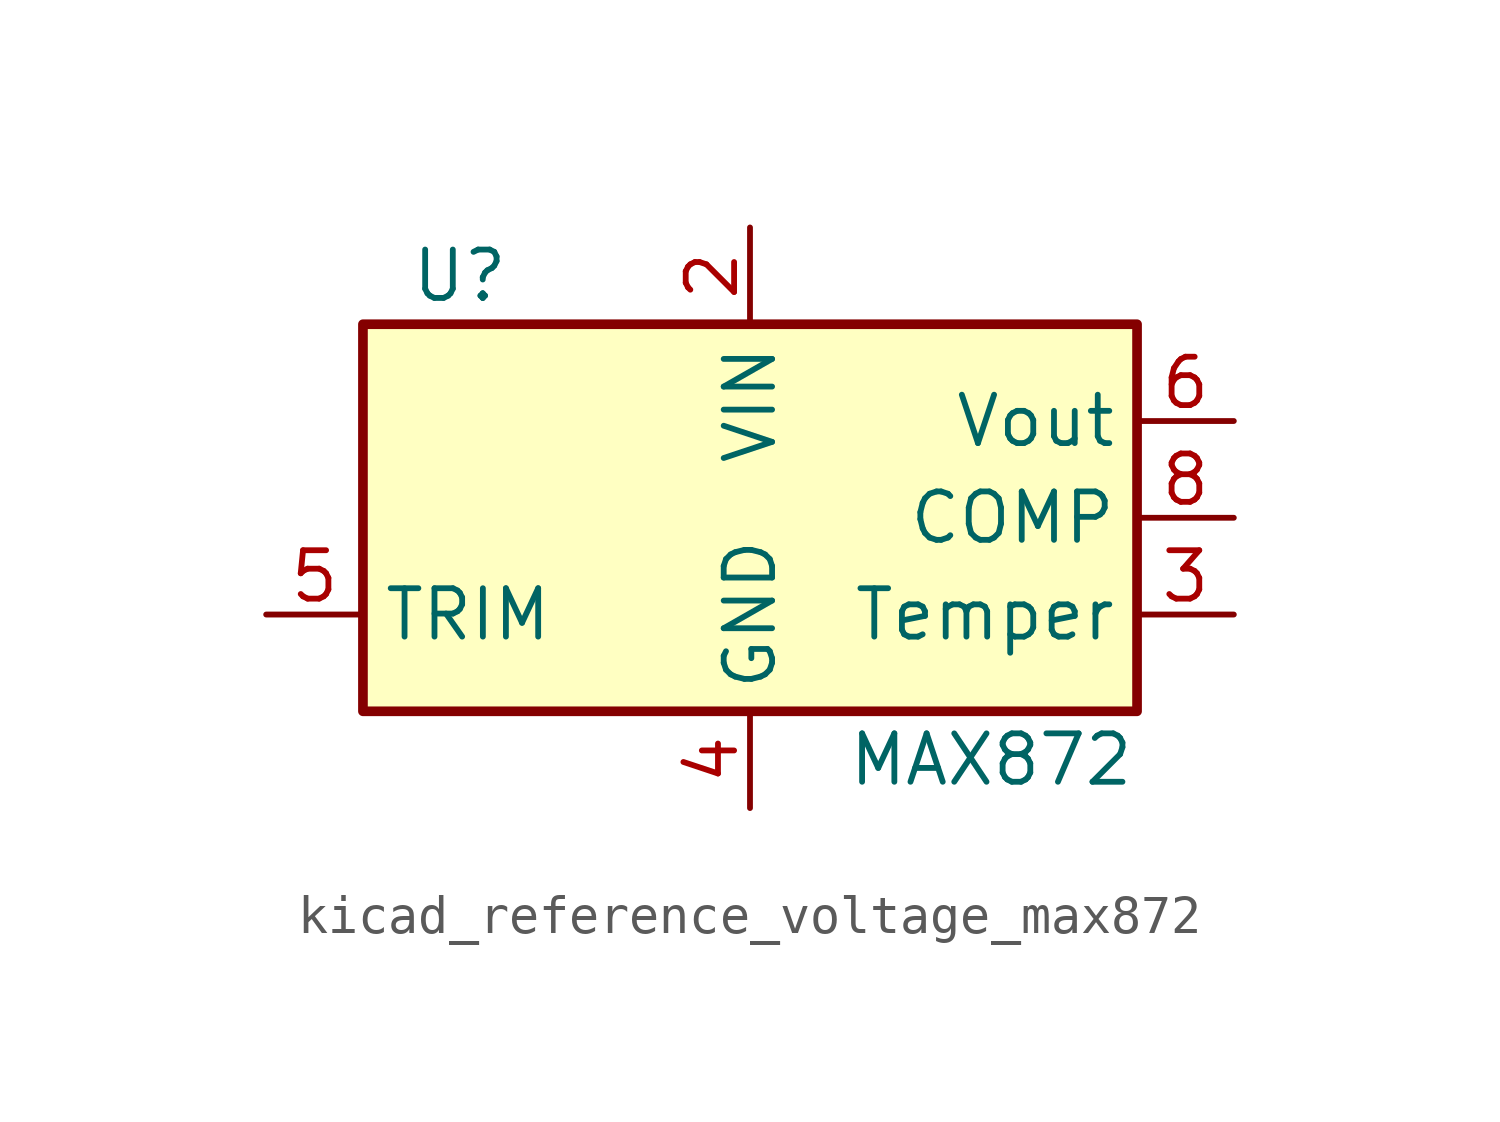
<source format=kicad_sym>
(kicad_symbol_lib
  (version 20220914)
  (generator kicad_symbol_editor)
  (symbol "kicad_reference_voltage_max872"
    (property "Reference" "U"
      (at -7.62 6.35 0)
      (effects (font (size 1.27 1.27))))
    (property "Value" "MAX872"
      (at 2.54 -6.35 0)
      (effects (font (size 1.27 1.27)) (justify left)))
    (symbol "kicad_reference_voltage_max872_0_1"
      (rectangle (start -10.16 5.08) (end 10.16 -5.08) (stroke (width 0.254) (type default)) (fill (type background))))
    (symbol "kicad_reference_voltage_max872_1_1"
      (pin no_connect line (at -10.16 0 0) (length 2.54) hide (name "IC" (effects (font (size 1.27 1.27)))) (number "1" (effects (font (size 1.27 1.27)))))
      (pin power_in line (at 0 7.62 270) (length 2.54) (name "VIN" (effects (font (size 1.27 1.27)))) (number "2" (effects (font (size 1.27 1.27)))))
      (pin output line (at 12.7 -2.54 180) (length 2.54) (name "Temper" (effects (font (size 1.27 1.27)))) (number "3" (effects (font (size 1.27 1.27)))))
      (pin power_in line (at 0 -7.62 90) (length 2.54) (name "GND" (effects (font (size 1.27 1.27)))) (number "4" (effects (font (size 1.27 1.27)))))
      (pin input line (at -12.7 -2.54 0) (length 2.54) (name "TRIM" (effects (font (size 1.27 1.27)))) (number "5" (effects (font (size 1.27 1.27)))))
      (pin power_out line (at 12.7 2.54 180) (length 2.54) (name "Vout" (effects (font (size 1.27 1.27)))) (number "6" (effects (font (size 1.27 1.27)))))
      (pin no_connect line (at -2.54 -5.08 90) (length 2.54) hide (name "IC" (effects (font (size 1.27 1.27)))) (number "7" (effects (font (size 1.27 1.27)))))
      (pin passive line (at 12.7 0 180) (length 2.54) (name "COMP" (effects (font (size 1.27 1.27)))) (number "8" (effects (font (size 1.27 1.27))))))))
</source>
